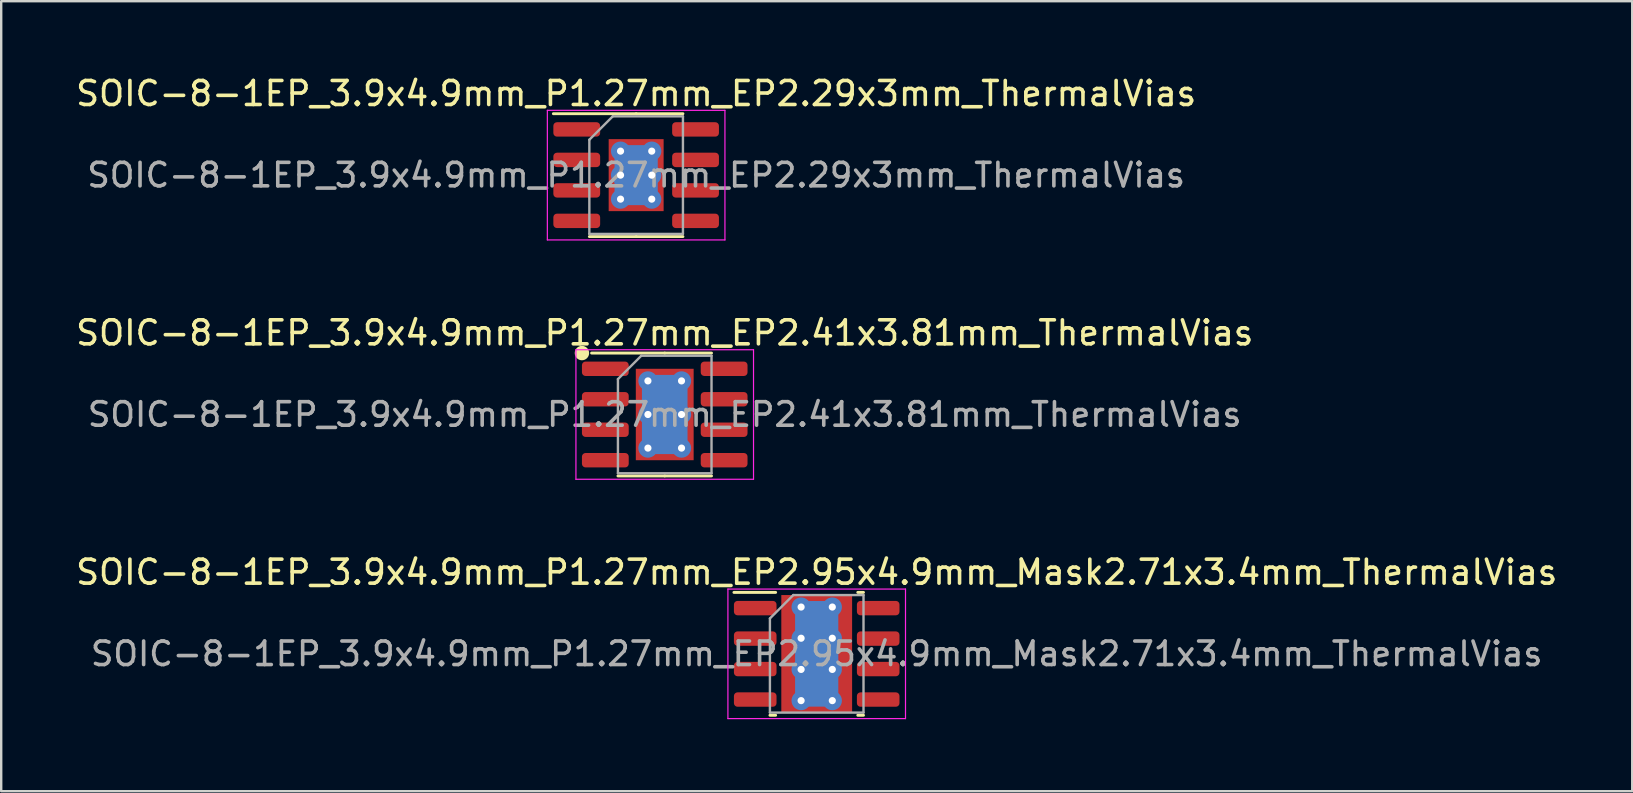
<source format=kicad_pcb>
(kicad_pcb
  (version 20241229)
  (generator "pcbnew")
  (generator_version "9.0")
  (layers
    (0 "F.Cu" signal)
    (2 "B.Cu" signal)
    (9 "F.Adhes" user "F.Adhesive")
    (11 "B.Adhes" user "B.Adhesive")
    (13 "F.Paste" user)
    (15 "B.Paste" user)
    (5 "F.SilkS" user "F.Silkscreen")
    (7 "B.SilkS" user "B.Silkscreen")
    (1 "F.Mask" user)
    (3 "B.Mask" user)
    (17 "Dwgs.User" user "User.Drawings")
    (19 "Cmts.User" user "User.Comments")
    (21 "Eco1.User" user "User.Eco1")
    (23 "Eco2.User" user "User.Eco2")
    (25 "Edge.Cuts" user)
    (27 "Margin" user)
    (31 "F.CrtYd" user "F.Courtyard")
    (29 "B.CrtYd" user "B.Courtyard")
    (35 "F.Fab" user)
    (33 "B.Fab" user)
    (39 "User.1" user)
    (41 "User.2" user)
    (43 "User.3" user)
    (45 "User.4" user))
  (footprint "SOIC-8-1EP_3.9x4.9mm_P1.27mm_EP2.41x3.81mm_ThermalVias"
    (layer "F.Cu")
    (at 24.649 14.222)
    (property "Reference" "SOIC-8-1EP_3.9x4.9mm_P1.27mm_EP2.41x3.81mm_ThermalVias" (at 0 -3.4 0) (layer "F.SilkS") (effects (font (size 1 1) (thickness 0.15))))
    (attr through_hole)
    (fp_line (start 0 -2.56) (end -3.048 -2.56) (stroke (width 0.12) (type solid)) (layer "F.SilkS"))
    (fp_line (start 0 -2.56) (end 1.95 -2.56) (stroke (width 0.12) (type solid)) (layer "F.SilkS"))
    (fp_line (start 0 2.56) (end -1.95 2.56) (stroke (width 0.12) (type solid)) (layer "F.SilkS"))
    (fp_line (start 0 2.56) (end 1.95 2.56) (stroke (width 0.12) (type solid)) (layer "F.SilkS"))
    (fp_circle (center -3.45 -2.56) (end -3.2 -2.56) (stroke (width 0.1) (type solid)) (fill yes) (layer "F.SilkS"))
    (fp_line (start -3.7 -2.7) (end -3.7 2.7) (stroke (width 0.05) (type solid)) (layer "F.CrtYd"))
    (fp_line (start -3.7 2.7) (end 3.7 2.7) (stroke (width 0.05) (type solid)) (layer "F.CrtYd"))
    (fp_line (start 3.7 -2.7) (end -3.7 -2.7) (stroke (width 0.05) (type solid)) (layer "F.CrtYd"))
    (fp_line (start 3.7 2.7) (end 3.7 -2.7) (stroke (width 0.05) (type solid)) (layer "F.CrtYd"))
    (fp_line (start -1.95 -1.475) (end -0.975 -2.45) (stroke (width 0.1) (type solid)) (layer "F.Fab"))
    (fp_line (start -1.95 2.45) (end -1.95 -1.475) (stroke (width 0.1) (type solid)) (layer "F.Fab"))
    (fp_line (start -0.975 -2.45) (end 1.95 -2.45) (stroke (width 0.1) (type solid)) (layer "F.Fab"))
    (fp_line (start 1.95 -2.45) (end 1.95 2.45) (stroke (width 0.1) (type solid)) (layer "F.Fab"))
    (fp_line (start 1.95 2.45) (end -1.95 2.45) (stroke (width 0.1) (type solid)) (layer "F.Fab"))
    (fp_text user "${REFERENCE}" (at 0 0 0) (layer "F.Fab") (effects (font (size 0.98 0.98) (thickness 0.15))))
    (pad "" smd roundrect (at -0.6 -0.95) (size 1.01 1.59) (layers "F.Paste") (roundrect_rratio 0.248))
    (pad "" smd roundrect (at -0.6 0.95) (size 1.01 1.59) (layers "F.Paste") (roundrect_rratio 0.248))
    (pad "" smd roundrect (at 0.6 -0.95) (size 1.01 1.59) (layers "F.Paste") (roundrect_rratio 0.248))
    (pad "" smd roundrect (at 0.6 0.95) (size 1.01 1.59) (layers "F.Paste") (roundrect_rratio 0.248))
    (pad "1" smd roundrect (at -2.475 -1.905) (size 1.95 0.6) (layers "F.Cu" "F.Mask" "F.Paste") (roundrect_rratio 0.25))
    (pad "2" smd roundrect (at -2.475 -0.635) (size 1.95 0.6) (layers "F.Cu" "F.Mask" "F.Paste") (roundrect_rratio 0.25))
    (pad "3" smd roundrect (at -2.475 0.635) (size 1.95 0.6) (layers "F.Cu" "F.Mask" "F.Paste") (roundrect_rratio 0.25))
    (pad "4" smd roundrect (at -2.475 1.905) (size 1.95 0.6) (layers "F.Cu" "F.Mask" "F.Paste") (roundrect_rratio 0.25))
    (pad "5" smd roundrect (at 2.475 1.905) (size 1.95 0.6) (layers "F.Cu" "F.Mask" "F.Paste") (roundrect_rratio 0.25))
    (pad "6" smd roundrect (at 2.475 0.635) (size 1.95 0.6) (layers "F.Cu" "F.Mask" "F.Paste") (roundrect_rratio 0.25))
    (pad "7" smd roundrect (at 2.475 -0.635) (size 1.95 0.6) (layers "F.Cu" "F.Mask" "F.Paste") (roundrect_rratio 0.25))
    (pad "8" smd roundrect (at 2.475 -1.905) (size 1.95 0.6) (layers "F.Cu" "F.Mask" "F.Paste") (roundrect_rratio 0.25))
    (pad "9" thru_hole circle (at -0.7 -1.4) (size 0.8 0.8) (drill 0.3) (layers "*.Cu"))
    (pad "9" thru_hole circle (at -0.7 0) (size 0.8 0.8) (drill 0.3) (layers "*.Cu"))
    (pad "9" thru_hole circle (at -0.7 1.4) (size 0.8 0.8) (drill 0.3) (layers "*.Cu"))
    (pad "9" smd rect (at 0 0) (size 1.9 3.3) (layers "B.Cu"))
    (pad "9" smd rect (at 0 0) (size 2.41 3.81) (layers "F.Cu" "F.Mask"))
    (pad "9" thru_hole circle (at 0.7 -1.4) (size 0.8 0.8) (drill 0.3) (layers "*.Cu"))
    (pad "9" thru_hole circle (at 0.7 0) (size 0.8 0.8) (drill 0.3) (layers "*.Cu"))
    (pad "9" thru_hole circle (at 0.7 1.4) (size 0.8 0.8) (drill 0.3) (layers "*.Cu")))
  (footprint "SOIC-8-1EP_3.9x4.9mm_P1.27mm_EP2.29x3mm_ThermalVias"
    (layer "F.Cu")
    (at 23.458 4.248)
    (property "Reference" "SOIC-8-1EP_3.9x4.9mm_P1.27mm_EP2.29x3mm_ThermalVias" (at 0 -3.4 0) (layer "F.SilkS") (effects (font (size 1 1) (thickness 0.15))))
    (attr through_hole)
    (fp_line (start 0 -2.56) (end -3.45 -2.56) (stroke (width 0.12) (type solid)) (layer "F.SilkS"))
    (fp_line (start 0 -2.56) (end 1.95 -2.56) (stroke (width 0.12) (type solid)) (layer "F.SilkS"))
    (fp_line (start 0 2.56) (end -1.95 2.56) (stroke (width 0.12) (type solid)) (layer "F.SilkS"))
    (fp_line (start 0 2.56) (end 1.95 2.56) (stroke (width 0.12) (type solid)) (layer "F.SilkS"))
    (fp_line (start -3.7 -2.7) (end -3.7 2.7) (stroke (width 0.05) (type solid)) (layer "F.CrtYd"))
    (fp_line (start -3.7 2.7) (end 3.7 2.7) (stroke (width 0.05) (type solid)) (layer "F.CrtYd"))
    (fp_line (start 3.7 -2.7) (end -3.7 -2.7) (stroke (width 0.05) (type solid)) (layer "F.CrtYd"))
    (fp_line (start 3.7 2.7) (end 3.7 -2.7) (stroke (width 0.05) (type solid)) (layer "F.CrtYd"))
    (fp_line (start -1.95 -1.475) (end -0.975 -2.45) (stroke (width 0.1) (type solid)) (layer "F.Fab"))
    (fp_line (start -1.95 2.45) (end -1.95 -1.475) (stroke (width 0.1) (type solid)) (layer "F.Fab"))
    (fp_line (start -0.975 -2.45) (end 1.95 -2.45) (stroke (width 0.1) (type solid)) (layer "F.Fab"))
    (fp_line (start 1.95 -2.45) (end 1.95 2.45) (stroke (width 0.1) (type solid)) (layer "F.Fab"))
    (fp_line (start 1.95 2.45) (end -1.95 2.45) (stroke (width 0.1) (type solid)) (layer "F.Fab"))
    (fp_text user "${REFERENCE}" (at 0 0 0) (layer "F.Fab") (effects (font (size 0.98 0.98) (thickness 0.15))))
    (pad "" smd roundrect (at -0.57 -0.75) (size 0.96 1.25) (layers "F.Paste") (roundrect_rratio 0.25))
    (pad "" smd roundrect (at -0.57 0.75) (size 0.96 1.25) (layers "F.Paste") (roundrect_rratio 0.25))
    (pad "" smd roundrect (at 0.57 -0.75) (size 0.96 1.25) (layers "F.Paste") (roundrect_rratio 0.25))
    (pad "" smd roundrect (at 0.57 0.75) (size 0.96 1.25) (layers "F.Paste") (roundrect_rratio 0.25))
    (pad "1" smd roundrect (at -2.475 -1.905) (size 1.95 0.6) (layers "F.Cu" "F.Mask" "F.Paste") (roundrect_rratio 0.25))
    (pad "2" smd roundrect (at -2.475 -0.635) (size 1.95 0.6) (layers "F.Cu" "F.Mask" "F.Paste") (roundrect_rratio 0.25))
    (pad "3" smd roundrect (at -2.475 0.635) (size 1.95 0.6) (layers "F.Cu" "F.Mask" "F.Paste") (roundrect_rratio 0.25))
    (pad "4" smd roundrect (at -2.475 1.905) (size 1.95 0.6) (layers "F.Cu" "F.Mask" "F.Paste") (roundrect_rratio 0.25))
    (pad "5" smd roundrect (at 2.475 1.905) (size 1.95 0.6) (layers "F.Cu" "F.Mask" "F.Paste") (roundrect_rratio 0.25))
    (pad "6" smd roundrect (at 2.475 0.635) (size 1.95 0.6) (layers "F.Cu" "F.Mask" "F.Paste") (roundrect_rratio 0.25))
    (pad "7" smd roundrect (at 2.475 -0.635) (size 1.95 0.6) (layers "F.Cu" "F.Mask" "F.Paste") (roundrect_rratio 0.25))
    (pad "8" smd roundrect (at 2.475 -1.905) (size 1.95 0.6) (layers "F.Cu" "F.Mask" "F.Paste") (roundrect_rratio 0.25))
    (pad "9" thru_hole circle (at -0.65 -1) (size 0.8 0.8) (drill 0.3) (layers "*.Cu"))
    (pad "9" thru_hole circle (at -0.65 0) (size 0.8 0.8) (drill 0.3) (layers "*.Cu"))
    (pad "9" thru_hole circle (at -0.65 1) (size 0.8 0.8) (drill 0.3) (layers "*.Cu"))
    (pad "9" smd rect (at 0 0) (size 1.8 2.5) (layers "B.Cu"))
    (pad "9" smd rect (at 0 0) (size 2.29 3) (layers "F.Cu" "F.Mask"))
    (pad "9" thru_hole circle (at 0.65 -1) (size 0.8 0.8) (drill 0.3) (layers "*.Cu"))
    (pad "9" thru_hole circle (at 0.65 0) (size 0.8 0.8) (drill 0.3) (layers "*.Cu"))
    (pad "9" thru_hole circle (at 0.65 1) (size 0.8 0.8) (drill 0.3) (layers "*.Cu")))
  (footprint "SOIC-8-1EP_3.9x4.9mm_P1.27mm_EP2.95x4.9mm_Mask2.71x3.4mm_ThermalVias"
    (layer "F.Cu")
    (at 30.982 24.195)
    (property "Reference" "SOIC-8-1EP_3.9x4.9mm_P1.27mm_EP2.95x4.9mm_Mask2.71x3.4mm_ThermalVias" (at 0 -3.4 0) (layer "F.SilkS") (effects (font (size 1 1) (thickness 0.15))))
    (attr smd)
    (fp_line (start -1.711 -2.56) (end -3.45 -2.56) (stroke (width 0.12) (type solid)) (layer "F.SilkS"))
    (fp_line (start -1.711 2.56) (end -1.95 2.56) (stroke (width 0.12) (type solid)) (layer "F.SilkS"))
    (fp_line (start 1.711 -2.56) (end 1.95 -2.56) (stroke (width 0.12) (type solid)) (layer "F.SilkS"))
    (fp_line (start 1.711 2.56) (end 1.95 2.56) (stroke (width 0.12) (type solid)) (layer "F.SilkS"))
    (fp_line (start -3.7 -2.7) (end -3.7 2.7) (stroke (width 0.05) (type solid)) (layer "F.CrtYd"))
    (fp_line (start -3.7 2.7) (end 3.7 2.7) (stroke (width 0.05) (type solid)) (layer "F.CrtYd"))
    (fp_line (start 3.7 -2.7) (end -3.7 -2.7) (stroke (width 0.05) (type solid)) (layer "F.CrtYd"))
    (fp_line (start 3.7 2.7) (end 3.7 -2.7) (stroke (width 0.05) (type solid)) (layer "F.CrtYd"))
    (fp_line (start -1.95 -1.475) (end -0.975 -2.45) (stroke (width 0.1) (type solid)) (layer "F.Fab"))
    (fp_line (start -1.95 2.45) (end -1.95 -1.475) (stroke (width 0.1) (type solid)) (layer "F.Fab"))
    (fp_line (start -0.975 -2.45) (end 1.95 -2.45) (stroke (width 0.1) (type solid)) (layer "F.Fab"))
    (fp_line (start 1.95 -2.45) (end 1.95 2.45) (stroke (width 0.1) (type solid)) (layer "F.Fab"))
    (fp_line (start 1.95 2.45) (end -1.95 2.45) (stroke (width 0.1) (type solid)) (layer "F.Fab"))
    (fp_text user "${REFERENCE}" (at 0 0 0) (layer "F.Fab") (effects (font (size 0.98 0.98) (thickness 0.15))))
    (pad "" smd roundrect (at -0.68 -0.85) (size 1.13 1.42) (layers "F.Paste") (roundrect_rratio 0.221))
    (pad "" smd roundrect (at -0.68 0.85) (size 1.13 1.42) (layers "F.Paste") (roundrect_rratio 0.221))
    (pad "" smd rect (at 0 0) (size 2.71 3.4) (layers "F.Mask"))
    (pad "" smd roundrect (at 0.68 -0.85) (size 1.13 1.42) (layers "F.Paste") (roundrect_rratio 0.221))
    (pad "" smd roundrect (at 0.68 0.85) (size 1.13 1.42) (layers "F.Paste") (roundrect_rratio 0.221))
    (pad "1" smd roundrect (at -2.562 -1.905) (size 1.775 0.6) (layers "F.Cu" "F.Mask" "F.Paste") (roundrect_rratio 0.25))
    (pad "2" smd roundrect (at -2.562 -0.635) (size 1.775 0.6) (layers "F.Cu" "F.Mask" "F.Paste") (roundrect_rratio 0.25))
    (pad "3" smd roundrect (at -2.562 0.635) (size 1.775 0.6) (layers "F.Cu" "F.Mask" "F.Paste") (roundrect_rratio 0.25))
    (pad "4" smd roundrect (at -2.562 1.905) (size 1.775 0.6) (layers "F.Cu" "F.Mask" "F.Paste") (roundrect_rratio 0.25))
    (pad "5" smd roundrect (at 2.562 1.905) (size 1.775 0.6) (layers "F.Cu" "F.Mask" "F.Paste") (roundrect_rratio 0.25))
    (pad "6" smd roundrect (at 2.562 0.635) (size 1.775 0.6) (layers "F.Cu" "F.Mask" "F.Paste") (roundrect_rratio 0.25))
    (pad "7" smd roundrect (at 2.562 -0.635) (size 1.775 0.6) (layers "F.Cu" "F.Mask" "F.Paste") (roundrect_rratio 0.25))
    (pad "8" smd roundrect (at 2.562 -1.905) (size 1.775 0.6) (layers "F.Cu" "F.Mask" "F.Paste") (roundrect_rratio 0.25))
    (pad "9" thru_hole circle (at -0.65 -1.95) (size 0.8 0.8) (drill 0.3) (layers "*.Cu"))
    (pad "9" thru_hole circle (at -0.65 -0.65) (size 0.8 0.8) (drill 0.3) (layers "*.Cu"))
    (pad "9" thru_hole circle (at -0.65 0.65) (size 0.8 0.8) (drill 0.3) (layers "*.Cu"))
    (pad "9" thru_hole circle (at -0.65 1.95) (size 0.8 0.8) (drill 0.3) (layers "*.Cu"))
    (pad "9" smd rect (at 0 0) (size 1.8 4.4) (layers "B.Cu"))
    (pad "9" smd rect (at 0 0) (size 2.95 4.9) (layers "F.Cu"))
    (pad "9" thru_hole circle (at 0.65 -1.95) (size 0.8 0.8) (drill 0.3) (layers "*.Cu"))
    (pad "9" thru_hole circle (at 0.65 -0.65) (size 0.8 0.8) (drill 0.3) (layers "*.Cu"))
    (pad "9" thru_hole circle (at 0.65 0.65) (size 0.8 0.8) (drill 0.3) (layers "*.Cu"))
    (pad "9" thru_hole circle (at 0.65 1.95) (size 0.8 0.8) (drill 0.3) (layers "*.Cu")))
  (gr_rect
    (start -3 -3)
    (end 64.964 29.92)
    (stroke (width 0.1) (type default))
    (fill no)
    (layer "Edge.Cuts")))
</source>
